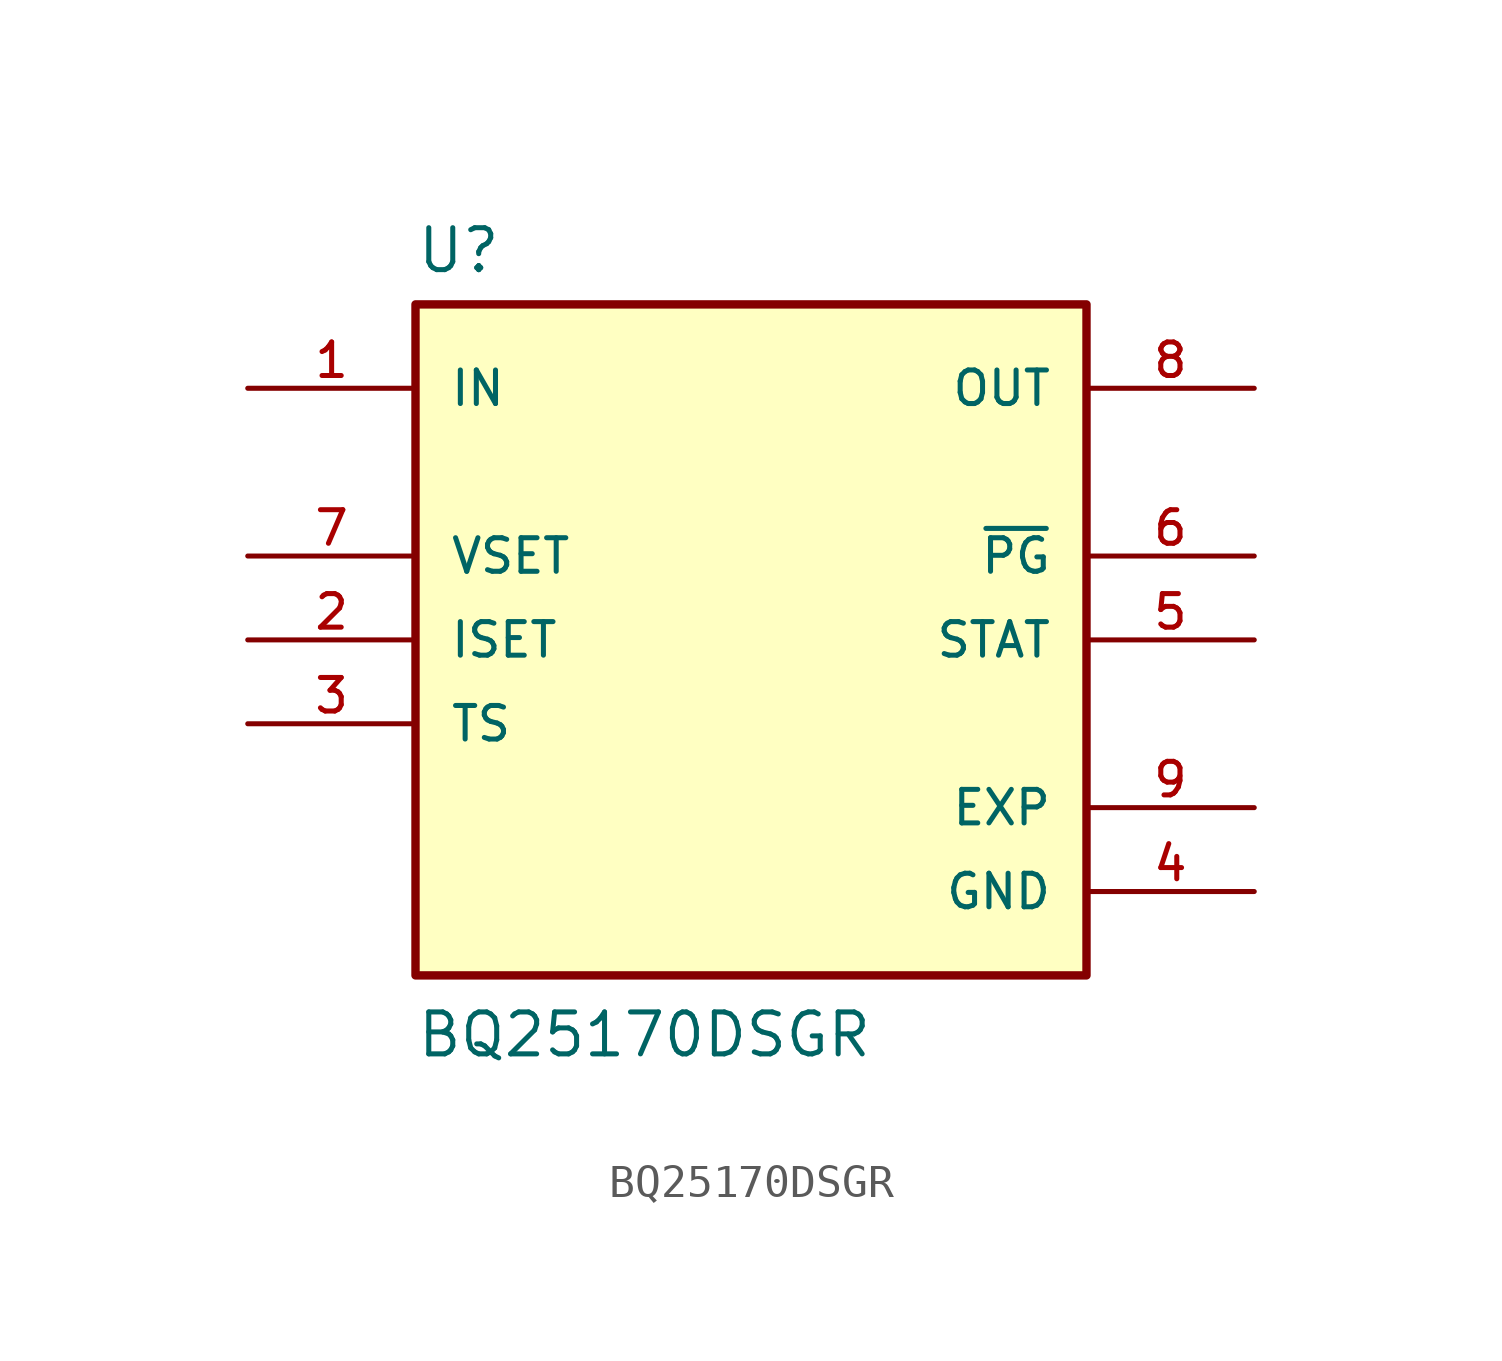
<source format=kicad_sym>
(kicad_symbol_lib
  (version 20211014)
  (generator kicad_symbol_editor)
  (symbol "BQ25170DSGR"
    (pin_names
      (offset 1.016))
    (property "Reference" "U"
      (at -10.16 11.049 0)
      (effects (font (size 1.27 1.27)) (justify bottom left)))
    (property "Value" "BQ25170DSGR"
      (at -10.16 -12.7 0)
      (effects (font (size 1.27 1.27)) (justify bottom left)))
    (symbol "BQ25170DSGR_0_0"
      (rectangle (start -10.16 -10.16) (end 10.16 10.16) (stroke (width 0.254)) (fill (type background)))
      (pin output line (at 15.24 7.62 180.0) (length 5.08) (name "OUT" (effects (font (size 1.016 1.016)))) (number "8" (effects (font (size 1.016 1.016)))))
      (pin input line (at -15.24 7.62 0) (length 5.08) (name "IN" (effects (font (size 1.016 1.016)))) (number "1" (effects (font (size 1.016 1.016)))))
      (pin input line (at -15.24 2.54 0) (length 5.08) (name "VSET" (effects (font (size 1.016 1.016)))) (number "7" (effects (font (size 1.016 1.016)))))
      (pin input line (at -15.24 0.0 0) (length 5.08) (name "ISET" (effects (font (size 1.016 1.016)))) (number "2" (effects (font (size 1.016 1.016)))))
      (pin output line (at 15.24 0.0 180.0) (length 5.08) (name "STAT" (effects (font (size 1.016 1.016)))) (number "5" (effects (font (size 1.016 1.016)))))
      (pin output line (at 15.24 2.54 180.0) (length 5.08) (name "~{PG}" (effects (font (size 1.016 1.016)))) (number "6" (effects (font (size 1.016 1.016)))))
      (pin input line (at -15.24 -2.54 0) (length 5.08) (name "TS" (effects (font (size 1.016 1.016)))) (number "3" (effects (font (size 1.016 1.016)))))
      (pin power_in line (at 15.24 -7.62 180.0) (length 5.08) (name "GND" (effects (font (size 1.016 1.016)))) (number "4" (effects (font (size 1.016 1.016)))))
      (pin power_in line (at 15.24 -5.08 180.0) (length 5.08) (name "EXP" (effects (font (size 1.016 1.016)))) (number "9" (effects (font (size 1.016 1.016))))))))
</source>
